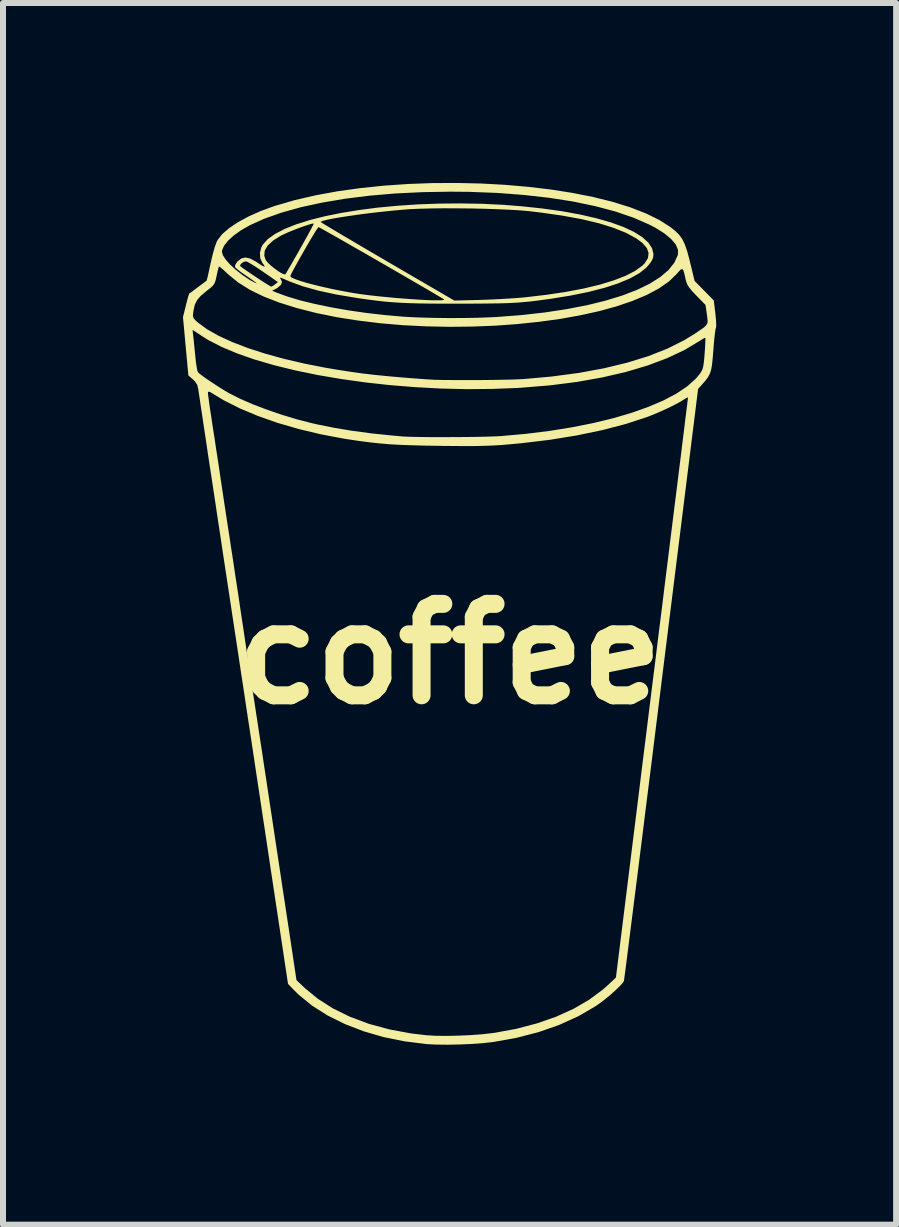
<source format=kicad_pcb>
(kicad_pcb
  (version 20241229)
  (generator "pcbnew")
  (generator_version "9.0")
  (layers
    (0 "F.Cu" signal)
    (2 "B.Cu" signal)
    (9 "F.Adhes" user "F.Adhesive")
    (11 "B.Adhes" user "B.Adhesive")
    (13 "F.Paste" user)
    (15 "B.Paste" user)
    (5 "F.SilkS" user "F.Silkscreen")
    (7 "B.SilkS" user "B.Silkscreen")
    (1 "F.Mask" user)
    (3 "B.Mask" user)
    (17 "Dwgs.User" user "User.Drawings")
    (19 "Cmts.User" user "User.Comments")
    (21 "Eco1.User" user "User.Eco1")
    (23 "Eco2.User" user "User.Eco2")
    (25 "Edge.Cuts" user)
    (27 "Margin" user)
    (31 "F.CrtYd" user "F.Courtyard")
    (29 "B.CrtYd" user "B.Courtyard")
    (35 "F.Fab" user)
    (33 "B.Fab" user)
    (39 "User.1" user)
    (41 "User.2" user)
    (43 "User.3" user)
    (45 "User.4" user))
  (footprint "coffee"
    (layer "F.Cu")
    (at 4.449 7.851)
    (property "Reference" "coffee" (at 0 0 0) (layer "F.SilkS") (effects (font (size 1.524 1.524) (thickness 0.3))))
    (attr board_only exclude_from_pos_files exclude_from_bom)
    (fp_poly (pts (xy 0.521 -7.842) (xy 0.921 -7.82) (xy 1.312 -7.786) (xy 1.69 -7.741) (xy 2.051 -7.684) (xy 2.393 -7.616) (xy 2.712 -7.537) (xy 3.004 -7.446) (xy 3.265 -7.345) (xy 3.492 -7.234) (xy 3.677 -7.115) (xy 3.759 -7.05) (xy 3.824 -6.985) (xy 3.875 -6.914) (xy 3.917 -6.827) (xy 3.955 -6.717) (xy 3.993 -6.575) (xy 4.004 -6.53) (xy 4.08 -6.218) (xy 4.24 -6.055) (xy 4.4 -5.892) (xy 4.426 -5.675) (xy 4.435 -5.583) (xy 4.44 -5.506) (xy 4.439 -5.453) (xy 4.435 -5.437) (xy 4.428 -5.41) (xy 4.419 -5.348) (xy 4.409 -5.259) (xy 4.399 -5.15) (xy 4.393 -5.067) (xy 4.381 -4.926) (xy 4.37 -4.818) (xy 4.355 -4.736) (xy 4.334 -4.671) (xy 4.304 -4.615) (xy 4.263 -4.559) (xy 4.208 -4.496) (xy 4.207 -4.494) (xy 4.138 -4.418) (xy 3.525 0.499) (xy 3.469 0.95) (xy 3.414 1.391) (xy 3.361 1.819) (xy 3.309 2.232) (xy 3.259 2.629) (xy 3.212 3.007) (xy 3.167 3.366) (xy 3.125 3.702) (xy 3.085 4.015) (xy 3.049 4.302) (xy 3.016 4.561) (xy 2.987 4.791) (xy 2.962 4.99) (xy 2.941 5.156) (xy 2.924 5.287) (xy 2.911 5.381) (xy 2.904 5.436) (xy 2.902 5.452) (xy 2.878 5.488) (xy 2.827 5.543) (xy 2.757 5.611) (xy 2.673 5.685) (xy 2.583 5.759) (xy 2.494 5.827) (xy 2.429 5.872) (xy 2.142 6.039) (xy 1.822 6.184) (xy 1.476 6.305) (xy 1.107 6.4) (xy 0.722 6.469) (xy 0.697 6.472) (xy 0.539 6.489) (xy 0.356 6.502) (xy 0.16 6.51) (xy -0.035 6.514) (xy -0.216 6.512) (xy -0.371 6.505) (xy -0.391 6.503) (xy -0.755 6.458) (xy -1.105 6.387) (xy -1.438 6.29) (xy -1.749 6.17) (xy -2.036 6.028) (xy -2.292 5.866) (xy -2.516 5.685) (xy -2.6 5.602) (xy -2.698 5.5) (xy -2.943 3.874) (xy -2.988 3.577) (xy -3.035 3.262) (xy -3.084 2.936) (xy -3.134 2.606) (xy -3.183 2.28) (xy -3.231 1.964) (xy -3.276 1.665) (xy -3.317 1.392) (xy -3.354 1.15) (xy -3.367 1.066) (xy -3.397 0.867) (xy -3.432 0.632) (xy -3.473 0.365) (xy -3.517 0.073) (xy -3.564 -0.24) (xy -3.614 -0.567) (xy -3.665 -0.905) (xy -3.717 -1.247) (xy -3.769 -1.589) (xy -3.819 -1.924) (xy -3.864 -2.217) (xy -3.908 -2.512) (xy -3.951 -2.796) (xy -3.992 -3.067) (xy -4.031 -3.321) (xy -4.066 -3.557) (xy -4.098 -3.77) (xy -4.126 -3.957) (xy -4.15 -4.117) (xy -4.169 -4.246) (xy -4.183 -4.34) (xy -4.185 -4.35) (xy -4.033 -4.35) (xy -4.03 -4.317) (xy -4.021 -4.25) (xy -4.008 -4.155) (xy -3.991 -4.04) (xy -3.971 -3.912) (xy -3.97 -3.902) (xy -3.951 -3.776) (xy -3.926 -3.618) (xy -3.899 -3.436) (xy -3.869 -3.241) (xy -3.839 -3.041) (xy -3.81 -2.846) (xy -3.801 -2.787) (xy -3.773 -2.6) (xy -3.744 -2.409) (xy -3.716 -2.224) (xy -3.689 -2.051) (xy -3.666 -1.9) (xy -3.648 -1.779) (xy -3.642 -1.742) (xy -3.628 -1.65) (xy -3.608 -1.522) (xy -3.585 -1.364) (xy -3.557 -1.183) (xy -3.527 -0.985) (xy -3.496 -0.776) (xy -3.464 -0.562) (xy -3.441 -0.412) (xy -3.409 -0.194) (xy -3.376 0.025) (xy -3.343 0.239) (xy -3.313 0.442) (xy -3.285 0.627) (xy -3.26 0.788) (xy -3.24 0.918) (xy -3.231 0.982) (xy -3.212 1.101) (xy -3.189 1.254) (xy -3.162 1.431) (xy -3.132 1.625) (xy -3.102 1.827) (xy -3.071 2.029) (xy -3.052 2.154) (xy -3.019 2.375) (xy -2.981 2.625) (xy -2.941 2.89) (xy -2.901 3.157) (xy -2.862 3.414) (xy -2.827 3.646) (xy -2.818 3.705) (xy -2.788 3.908) (xy -2.755 4.121) (xy -2.723 4.333) (xy -2.692 4.537) (xy -2.664 4.723) (xy -2.64 4.882) (xy -2.628 4.962) (xy -2.557 5.437) (xy -2.422 5.566) (xy -2.201 5.748) (xy -1.947 5.91) (xy -1.661 6.05) (xy -1.347 6.167) (xy -1.007 6.259) (xy -0.646 6.326) (xy -0.391 6.356) (xy -0.239 6.365) (xy -0.059 6.367) (xy 0.138 6.363) (xy 0.341 6.354) (xy 0.535 6.34) (xy 0.71 6.32) (xy 0.75 6.315) (xy 1.111 6.248) (xy 1.453 6.158) (xy 1.771 6.047) (xy 2.062 5.915) (xy 2.321 5.765) (xy 2.546 5.598) (xy 2.617 5.536) (xy 2.768 5.395) (xy 3.116 2.597) (xy 3.164 2.21) (xy 3.214 1.803) (xy 3.267 1.382) (xy 3.32 0.953) (xy 3.374 0.52) (xy 3.428 0.089) (xy 3.48 -0.334) (xy 3.532 -0.744) (xy 3.58 -1.136) (xy 3.626 -1.504) (xy 3.668 -1.842) (xy 3.706 -2.146) (xy 3.716 -2.228) (xy 3.752 -2.516) (xy 3.787 -2.792) (xy 3.819 -3.054) (xy 3.85 -3.298) (xy 3.877 -3.521) (xy 3.902 -3.721) (xy 3.923 -3.894) (xy 3.941 -4.039) (xy 3.955 -4.151) (xy 3.964 -4.228) (xy 3.969 -4.268) (xy 3.969 -4.273) (xy 3.955 -4.273) (xy 3.918 -4.252) (xy 3.907 -4.245) (xy 3.84 -4.203) (xy 3.743 -4.151) (xy 3.627 -4.094) (xy 3.502 -4.037) (xy 3.379 -3.985) (xy 3.287 -3.949) (xy 2.935 -3.834) (xy 2.545 -3.732) (xy 2.123 -3.644) (xy 1.671 -3.57) (xy 1.194 -3.513) (xy 0.992 -3.494) (xy 0.86 -3.483) (xy 0.73 -3.475) (xy 0.597 -3.47) (xy 0.452 -3.466) (xy 0.288 -3.465) (xy 0.098 -3.466) (xy -0.126 -3.468) (xy -0.179 -3.469) (xy -0.432 -3.473) (xy -0.649 -3.479) (xy -0.84 -3.486) (xy -1.013 -3.496) (xy -1.174 -3.51) (xy -1.333 -3.527) (xy -1.496 -3.548) (xy -1.672 -3.574) (xy -1.768 -3.589) (xy -2.149 -3.661) (xy -2.518 -3.749) (xy -2.87 -3.851) (xy -3.199 -3.967) (xy -3.501 -4.093) (xy -3.77 -4.229) (xy -3.917 -4.317) (xy -3.979 -4.356) (xy -4.014 -4.372) (xy -4.03 -4.369) (xy -4.033 -4.35) (xy -4.185 -4.35) (xy -4.192 -4.397) (xy -4.194 -4.413) (xy -4.211 -4.486) (xy -4.249 -4.543) (xy -4.282 -4.575) (xy -4.359 -4.643) (xy -4.404 -5.128) (xy -4.429 -5.402) (xy -4.289 -5.402) (xy -4.277 -5.293) (xy -4.269 -5.225) (xy -4.26 -5.129) (xy -4.249 -5.022) (xy -4.242 -4.952) (xy -4.232 -4.856) (xy -4.219 -4.774) (xy -4.207 -4.716) (xy -4.199 -4.695) (xy -4.168 -4.668) (xy -4.11 -4.624) (xy -4.031 -4.569) (xy -3.941 -4.509) (xy -3.847 -4.448) (xy -3.758 -4.392) (xy -3.681 -4.347) (xy -3.672 -4.342) (xy -3.494 -4.253) (xy -3.283 -4.161) (xy -3.049 -4.072) (xy -2.801 -3.987) (xy -2.549 -3.911) (xy -2.301 -3.847) (xy -2.205 -3.825) (xy -1.919 -3.768) (xy -1.624 -3.719) (xy -1.311 -3.677) (xy -0.97 -3.642) (xy -0.771 -3.624) (xy -0.696 -3.621) (xy -0.587 -3.618) (xy -0.449 -3.616) (xy -0.29 -3.614) (xy -0.118 -3.614) (xy 0.061 -3.615) (xy 0.24 -3.616) (xy 0.412 -3.618) (xy 0.569 -3.621) (xy 0.704 -3.625) (xy 0.811 -3.629) (xy 0.855 -3.632) (xy 1.267 -3.669) (xy 1.663 -3.718) (xy 2.041 -3.779) (xy 2.397 -3.85) (xy 2.73 -3.931) (xy 3.037 -4.022) (xy 3.315 -4.121) (xy 3.563 -4.227) (xy 3.777 -4.34) (xy 3.956 -4.46) (xy 4.096 -4.585) (xy 4.162 -4.663) (xy 4.19 -4.704) (xy 4.21 -4.743) (xy 4.223 -4.79) (xy 4.233 -4.854) (xy 4.242 -4.945) (xy 4.247 -5.008) (xy 4.254 -5.107) (xy 4.258 -5.189) (xy 4.26 -5.246) (xy 4.259 -5.27) (xy 4.259 -5.27) (xy 4.239 -5.264) (xy 4.197 -5.239) (xy 4.171 -5.222) (xy 3.916 -5.069) (xy 3.623 -4.931) (xy 3.295 -4.808) (xy 2.933 -4.7) (xy 2.539 -4.609) (xy 2.116 -4.534) (xy 1.666 -4.477) (xy 1.19 -4.438) (xy 1.133 -4.434) (xy 0.712 -4.418) (xy 0.285 -4.414) (xy -0.144 -4.424) (xy -0.573 -4.447) (xy -0.997 -4.481) (xy -1.413 -4.527) (xy -1.818 -4.584) (xy -2.207 -4.65) (xy -2.578 -4.727) (xy -2.926 -4.812) (xy -3.249 -4.906) (xy -3.542 -5.008) (xy -3.802 -5.117) (xy -4.026 -5.232) (xy -4.116 -5.288) (xy -4.289 -5.402) (xy -4.429 -5.402) (xy -4.449 -5.614) (xy -4.443 -5.638) (xy -4.283 -5.638) (xy -4.275 -5.601) (xy -4.245 -5.565) (xy -4.199 -5.524) (xy -4.048 -5.413) (xy -3.858 -5.305) (xy -3.632 -5.201) (xy -3.372 -5.101) (xy -3.082 -5.007) (xy -2.765 -4.919) (xy -2.424 -4.84) (xy -2.09 -4.774) (xy -1.878 -4.738) (xy -1.673 -4.706) (xy -1.467 -4.677) (xy -1.254 -4.652) (xy -1.024 -4.629) (xy -0.772 -4.607) (xy -0.489 -4.585) (xy -0.338 -4.575) (xy -0.251 -4.57) (xy -0.13 -4.567) (xy 0.019 -4.566) (xy 0.186 -4.565) (xy 0.365 -4.565) (xy 0.547 -4.566) (xy 0.725 -4.568) (xy 0.892 -4.571) (xy 1.039 -4.574) (xy 1.159 -4.579) (xy 1.225 -4.582) (xy 1.703 -4.625) (xy 2.153 -4.685) (xy 2.571 -4.762) (xy 2.958 -4.856) (xy 3.31 -4.965) (xy 3.627 -5.09) (xy 3.907 -5.23) (xy 4.075 -5.333) (xy 4.168 -5.396) (xy 4.233 -5.441) (xy 4.272 -5.477) (xy 4.292 -5.511) (xy 4.297 -5.55) (xy 4.292 -5.603) (xy 4.284 -5.659) (xy 4.262 -5.817) (xy 4.108 -5.975) (xy 4.034 -6.053) (xy 3.986 -6.113) (xy 3.956 -6.163) (xy 3.937 -6.215) (xy 3.931 -6.239) (xy 3.91 -6.335) (xy 3.893 -6.393) (xy 3.874 -6.416) (xy 3.849 -6.408) (xy 3.813 -6.371) (xy 3.784 -6.337) (xy 3.653 -6.21) (xy 3.484 -6.092) (xy 3.279 -5.983) (xy 3.043 -5.884) (xy 2.778 -5.794) (xy 2.487 -5.714) (xy 2.173 -5.645) (xy 1.84 -5.585) (xy 1.49 -5.537) (xy 1.127 -5.499) (xy 0.754 -5.472) (xy 0.374 -5.457) (xy -0.01 -5.453) (xy -0.396 -5.461) (xy -0.779 -5.48) (xy -1.156 -5.512) (xy -1.526 -5.557) (xy -1.883 -5.613) (xy -2.226 -5.683) (xy -2.552 -5.766) (xy -2.849 -5.859) (xy -3.111 -5.961) (xy -3.337 -6.072) (xy -3.531 -6.194) (xy -3.697 -6.329) (xy -3.721 -6.352) (xy -3.778 -6.405) (xy -3.823 -6.443) (xy -3.847 -6.46) (xy -3.849 -6.46) (xy -3.857 -6.436) (xy -3.871 -6.382) (xy -3.887 -6.309) (xy -3.888 -6.303) (xy -3.904 -6.231) (xy -3.921 -6.181) (xy -3.947 -6.142) (xy -3.99 -6.102) (xy -4.058 -6.049) (xy -4.065 -6.043) (xy -4.154 -5.968) (xy -4.213 -5.899) (xy -4.251 -5.823) (xy -4.273 -5.726) (xy -4.279 -5.689) (xy -4.283 -5.638) (xy -4.443 -5.638) (xy -4.401 -5.807) (xy -4.38 -5.891) (xy -4.362 -5.957) (xy -4.349 -5.997) (xy -4.346 -6.005) (xy -4.327 -6.019) (xy -4.284 -6.051) (xy -4.227 -6.094) (xy -4.165 -6.14) (xy -4.11 -6.181) (xy -4.07 -6.211) (xy -4.056 -6.221) (xy -4.049 -6.243) (xy -4.035 -6.298) (xy -4.017 -6.38) (xy -3.995 -6.48) (xy -3.987 -6.518) (xy -3.954 -6.658) (xy -3.942 -6.701) (xy -3.8 -6.701) (xy -3.783 -6.644) (xy -3.735 -6.572) (xy -3.662 -6.49) (xy -3.57 -6.405) (xy -3.464 -6.321) (xy -3.352 -6.245) (xy -3.304 -6.217) (xy -3.246 -6.186) (xy -3.222 -6.177) (xy -3.231 -6.188) (xy -3.273 -6.22) (xy -3.347 -6.272) (xy -3.406 -6.312) (xy -3.479 -6.363) (xy -3.539 -6.409) (xy -3.576 -6.443) (xy -3.583 -6.453) (xy -3.578 -6.48) (xy -3.497 -6.48) (xy -3.493 -6.464) (xy -3.463 -6.44) (xy -3.408 -6.401) (xy -3.335 -6.352) (xy -3.254 -6.297) (xy -3.171 -6.242) (xy -3.094 -6.192) (xy -3.031 -6.153) (xy -2.99 -6.128) (xy -2.979 -6.123) (xy -2.951 -6.135) (xy -2.914 -6.161) (xy -2.867 -6.199) (xy -3.007 -6.297) (xy -2.66 -6.297) (xy -2.64 -6.276) (xy -2.584 -6.25) (xy -2.497 -6.219) (xy -2.384 -6.185) (xy -2.25 -6.15) (xy -2.101 -6.114) (xy -1.943 -6.079) (xy -1.779 -6.047) (xy -1.617 -6.018) (xy -1.489 -5.998) (xy -1.35 -5.98) (xy -1.199 -5.963) (xy -1.04 -5.947) (xy -0.878 -5.932) (xy -0.719 -5.92) (xy -0.568 -5.909) (xy -0.428 -5.901) (xy -0.307 -5.896) (xy -0.208 -5.895) (xy -0.137 -5.896) (xy -0.099 -5.902) (xy -0.096 -5.909) (xy -0.119 -5.924) (xy -0.174 -5.957) (xy -0.257 -6.006) (xy -0.365 -6.07) (xy -0.493 -6.144) (xy -0.637 -6.228) (xy -0.794 -6.319) (xy -0.958 -6.414) (xy -1.128 -6.512) (xy -1.297 -6.609) (xy -1.463 -6.705) (xy -1.622 -6.795) (xy -1.768 -6.879) (xy -1.899 -6.954) (xy -2.011 -7.017) (xy -2.099 -7.067) (xy -2.159 -7.1) (xy -2.188 -7.115) (xy -2.19 -7.115) (xy -2.204 -7.098) (xy -2.236 -7.05) (xy -2.28 -6.978) (xy -2.334 -6.888) (xy -2.393 -6.787) (xy -2.454 -6.68) (xy -2.513 -6.576) (xy -2.567 -6.479) (xy -2.612 -6.397) (xy -2.644 -6.335) (xy -2.659 -6.301) (xy -2.66 -6.297) (xy -3.007 -6.297) (xy -3.116 -6.372) (xy -3.207 -6.434) (xy -3.288 -6.486) (xy -3.352 -6.524) (xy -3.391 -6.543) (xy -3.398 -6.545) (xy -3.44 -6.533) (xy -3.477 -6.508) (xy -3.497 -6.48) (xy -3.578 -6.48) (xy -3.577 -6.488) (xy -3.545 -6.536) (xy -3.535 -6.547) (xy -3.473 -6.594) (xy -3.406 -6.609) (xy -3.327 -6.59) (xy -3.23 -6.538) (xy -3.208 -6.523) (xy -3.137 -6.477) (xy -3.097 -6.456) (xy -3.086 -6.46) (xy -3.104 -6.491) (xy -3.125 -6.518) (xy -3.16 -6.594) (xy -3.163 -6.638) (xy -3.094 -6.638) (xy -3.07 -6.568) (xy -3.038 -6.526) (xy -2.987 -6.477) (xy -2.924 -6.426) (xy -2.859 -6.379) (xy -2.801 -6.344) (xy -2.759 -6.327) (xy -2.743 -6.329) (xy -2.728 -6.351) (xy -2.697 -6.405) (xy -2.65 -6.484) (xy -2.593 -6.584) (xy -2.527 -6.698) (xy -2.495 -6.756) (xy -2.428 -6.875) (xy -2.369 -6.981) (xy -2.321 -7.069) (xy -2.288 -7.133) (xy -2.27 -7.169) (xy -2.269 -7.174) (xy -2.293 -7.173) (xy -2.348 -7.158) (xy -2.424 -7.133) (xy -2.513 -7.101) (xy -2.607 -7.065) (xy -2.697 -7.028) (xy -2.774 -6.993) (xy -2.812 -6.975) (xy -2.944 -6.893) (xy -3.036 -6.809) (xy -3.086 -6.724) (xy -3.094 -6.638) (xy -3.163 -6.638) (xy -3.166 -6.686) (xy -3.143 -6.778) (xy -3.119 -6.822) (xy -3.035 -6.915) (xy -2.912 -7.003) (xy -2.753 -7.085) (xy -2.56 -7.162) (xy -2.434 -7.201) (xy -2.154 -7.201) (xy -2.136 -7.189) (xy -2.085 -7.157) (xy -2.003 -7.108) (xy -1.895 -7.043) (xy -1.762 -6.964) (xy -1.609 -6.874) (xy -1.438 -6.773) (xy -1.252 -6.664) (xy -1.055 -6.549) (xy -1.04 -6.54) (xy 0.074 -5.891) (xy 0.498 -5.901) (xy 0.657 -5.907) (xy 0.829 -5.915) (xy 0.999 -5.925) (xy 1.153 -5.936) (xy 1.247 -5.944) (xy 1.605 -5.986) (xy 1.934 -6.035) (xy 2.233 -6.092) (xy 2.5 -6.156) (xy 2.732 -6.227) (xy 2.929 -6.303) (xy 3.088 -6.385) (xy 3.208 -6.472) (xy 3.249 -6.514) (xy 3.302 -6.599) (xy 3.313 -6.684) (xy 3.282 -6.768) (xy 3.209 -6.852) (xy 3.106 -6.928) (xy 2.934 -7.021) (xy 2.726 -7.104) (xy 2.482 -7.18) (xy 2.199 -7.247) (xy 1.878 -7.306) (xy 1.516 -7.358) (xy 1.33 -7.38) (xy 1.186 -7.393) (xy 1.008 -7.404) (xy 0.803 -7.413) (xy 0.581 -7.421) (xy 0.349 -7.426) (xy 0.116 -7.428) (xy -0.111 -7.429) (xy -0.324 -7.426) (xy -0.514 -7.421) (xy -0.673 -7.414) (xy -0.686 -7.413) (xy -0.844 -7.4) (xy -1.012 -7.384) (xy -1.186 -7.365) (xy -1.359 -7.345) (xy -1.528 -7.323) (xy -1.686 -7.3) (xy -1.83 -7.278) (xy -1.953 -7.257) (xy -2.051 -7.237) (xy -2.119 -7.219) (xy -2.151 -7.205) (xy -2.154 -7.201) (xy -2.434 -7.201) (xy -2.338 -7.232) (xy -2.088 -7.295) (xy -1.814 -7.351) (xy -1.518 -7.399) (xy -1.204 -7.44) (xy -0.875 -7.471) (xy -0.533 -7.494) (xy -0.182 -7.507) (xy 0.176 -7.51) (xy 0.538 -7.504) (xy 0.901 -7.486) (xy 1.203 -7.462) (xy 1.555 -7.424) (xy 1.881 -7.378) (xy 2.18 -7.323) (xy 2.449 -7.261) (xy 2.688 -7.192) (xy 2.895 -7.117) (xy 3.068 -7.036) (xy 3.206 -6.949) (xy 3.307 -6.859) (xy 3.37 -6.764) (xy 3.394 -6.666) (xy 3.388 -6.605) (xy 3.364 -6.552) (xy 3.317 -6.487) (xy 3.274 -6.439) (xy 3.159 -6.347) (xy 3.003 -6.26) (xy 2.808 -6.178) (xy 2.577 -6.103) (xy 2.309 -6.034) (xy 2.008 -5.973) (xy 1.675 -5.919) (xy 1.436 -5.887) (xy 1.333 -5.875) (xy 1.237 -5.866) (xy 1.143 -5.858) (xy 1.044 -5.852) (xy 0.935 -5.847) (xy 0.81 -5.844) (xy 0.664 -5.842) (xy 0.49 -5.84) (xy 0.282 -5.839) (xy 0.148 -5.839) (xy -0.108 -5.839) (xy -0.327 -5.84) (xy -0.517 -5.843) (xy -0.684 -5.848) (xy -0.834 -5.855) (xy -0.973 -5.864) (xy -1.108 -5.876) (xy -1.245 -5.892) (xy -1.391 -5.911) (xy -1.551 -5.934) (xy -1.562 -5.936) (xy -1.895 -5.992) (xy -2.191 -6.056) (xy -2.449 -6.128) (xy -2.667 -6.207) (xy -2.722 -6.231) (xy -2.79 -6.261) (xy -2.826 -6.273) (xy -2.833 -6.268) (xy -2.821 -6.252) (xy -2.798 -6.202) (xy -2.816 -6.152) (xy -2.873 -6.103) (xy -2.897 -6.089) (xy -2.963 -6.055) (xy -2.895 -6.026) (xy -2.715 -5.96) (xy -2.499 -5.895) (xy -2.253 -5.835) (xy -1.983 -5.779) (xy -1.695 -5.728) (xy -1.396 -5.685) (xy -1.092 -5.65) (xy -0.789 -5.623) (xy -0.698 -5.617) (xy -0.494 -5.608) (xy -0.264 -5.602) (xy -0.018 -5.599) (xy 0.23 -5.6) (xy 0.468 -5.604) (xy 0.682 -5.612) (xy 0.781 -5.617) (xy 1.197 -5.649) (xy 1.588 -5.693) (xy 1.953 -5.749) (xy 2.29 -5.814) (xy 2.598 -5.89) (xy 2.875 -5.975) (xy 3.12 -6.069) (xy 3.33 -6.171) (xy 3.505 -6.281) (xy 3.643 -6.398) (xy 3.742 -6.522) (xy 3.801 -6.653) (xy 3.803 -6.736) (xy 3.766 -6.825) (xy 3.689 -6.916) (xy 3.576 -7.01) (xy 3.427 -7.104) (xy 3.325 -7.157) (xy 3.062 -7.272) (xy 2.761 -7.375) (xy 2.425 -7.464) (xy 2.058 -7.541) (xy 1.661 -7.603) (xy 1.238 -7.651) (xy 0.792 -7.685) (xy 0.326 -7.703) (xy 0.011 -7.706) (xy -0.457 -7.698) (xy -0.908 -7.676) (xy -1.34 -7.639) (xy -1.749 -7.588) (xy -2.132 -7.523) (xy -2.486 -7.446) (xy -2.808 -7.356) (xy -3.096 -7.254) (xy -3.341 -7.143) (xy -3.482 -7.062) (xy -3.603 -6.975) (xy -3.698 -6.888) (xy -3.765 -6.803) (xy -3.798 -6.727) (xy -3.8 -6.701) (xy -3.942 -6.701) (xy -3.921 -6.776) (xy -3.89 -6.863) (xy -3.873 -6.898) (xy -3.796 -6.997) (xy -3.68 -7.098) (xy -3.532 -7.197) (xy -3.353 -7.294) (xy -3.15 -7.384) (xy -2.926 -7.466) (xy -2.909 -7.471) (xy -2.586 -7.565) (xy -2.24 -7.645) (xy -1.874 -7.712) (xy -1.493 -7.765) (xy -1.101 -7.806) (xy -0.699 -7.834) (xy -0.293 -7.849) (xy 0.115 -7.851)) (stroke (width 0) (type solid)) (fill yes) (layer "F.SilkS")))
  (gr_rect
    (start -3 -3)
    (end 11.888 17.365)
    (stroke (width 0.1) (type default))
    (fill no)
    (layer "Edge.Cuts")))
</source>
